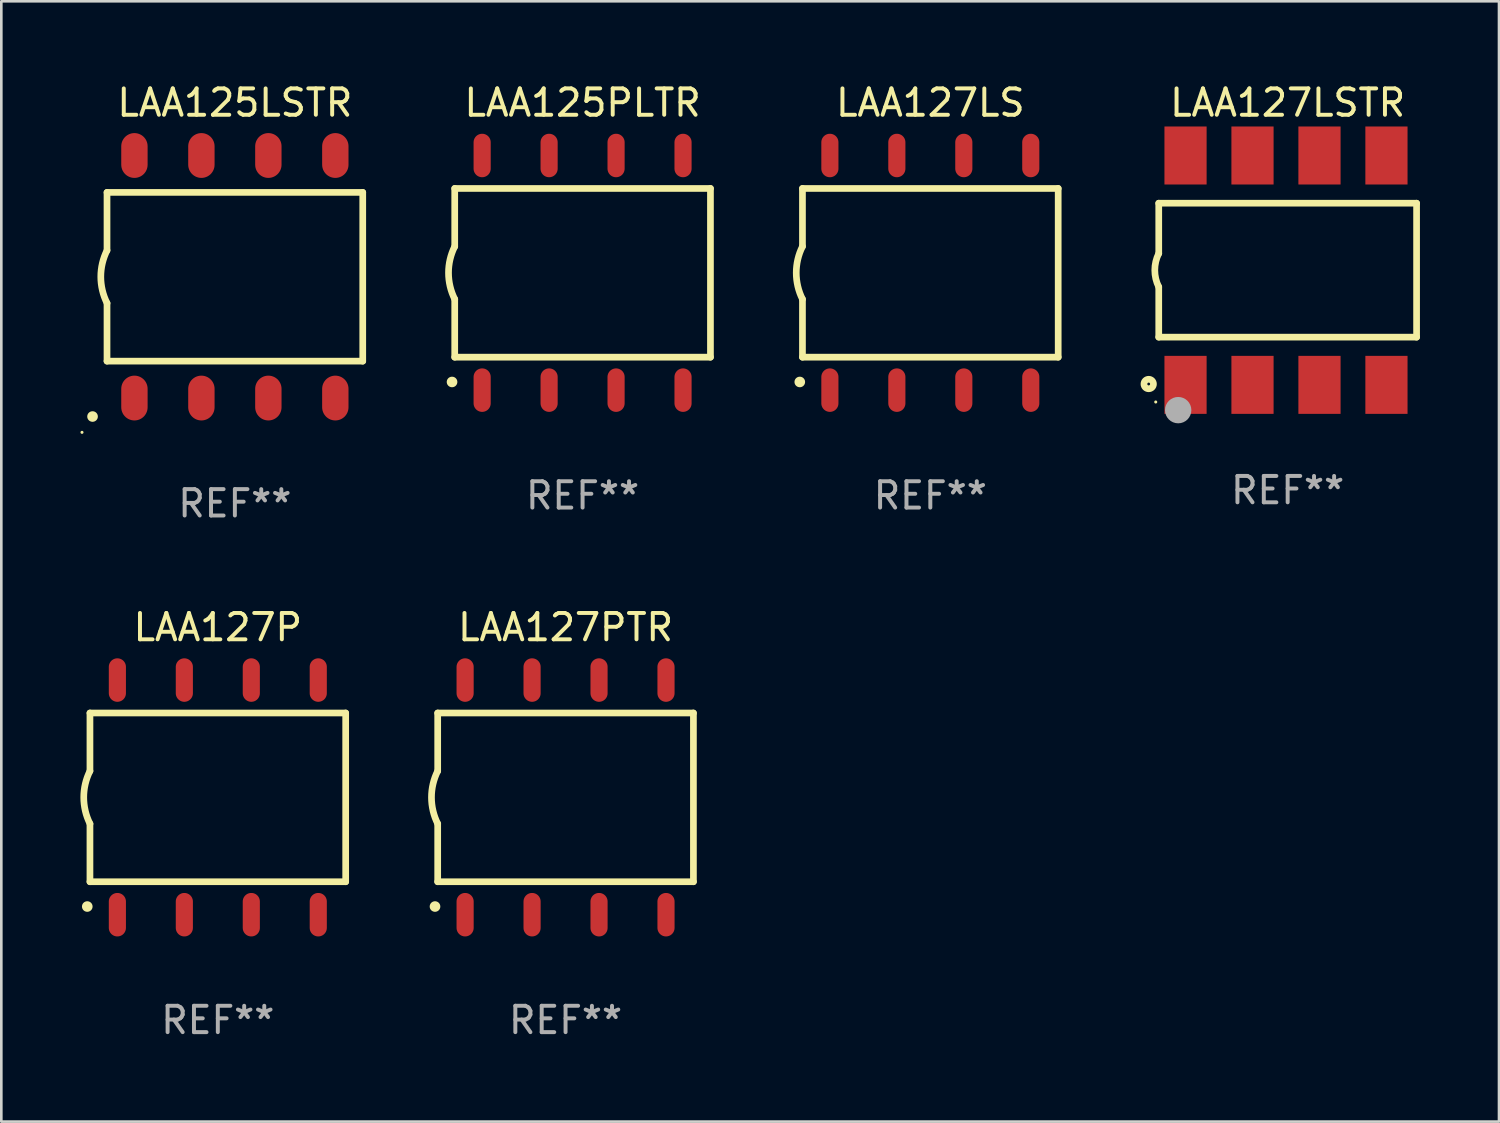
<source format=kicad_pcb>
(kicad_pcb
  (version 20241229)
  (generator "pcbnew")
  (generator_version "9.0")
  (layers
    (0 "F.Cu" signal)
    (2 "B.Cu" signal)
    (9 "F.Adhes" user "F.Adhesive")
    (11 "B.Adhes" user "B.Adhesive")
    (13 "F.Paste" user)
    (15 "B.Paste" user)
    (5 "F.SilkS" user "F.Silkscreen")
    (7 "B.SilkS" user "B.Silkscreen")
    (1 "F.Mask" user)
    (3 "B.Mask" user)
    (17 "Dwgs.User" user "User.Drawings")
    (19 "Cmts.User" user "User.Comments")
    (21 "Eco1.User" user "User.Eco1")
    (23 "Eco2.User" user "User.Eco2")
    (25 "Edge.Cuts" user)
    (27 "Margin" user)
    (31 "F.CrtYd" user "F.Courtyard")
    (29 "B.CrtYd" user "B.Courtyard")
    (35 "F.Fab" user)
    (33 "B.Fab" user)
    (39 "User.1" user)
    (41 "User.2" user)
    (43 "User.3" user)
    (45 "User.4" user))
  (footprint "LAA127LS"
    (layer "F.Cu")
    (at 32.238 7.298)
    (property "Reference" "LAA127LS" (at 0 -6.45 0) (layer "F.SilkS") (effects (font (size 1 1) (thickness 0.15))))
    (attr through_hole)
    (fp_line (start -4.85 -3.2) (end -4.85 -1) (stroke (width 0.254) (type solid)) (layer "F.SilkS"))
    (fp_line (start -4.85 -3.2) (end 4.85 -3.2) (stroke (width 0.254) (type solid)) (layer "F.SilkS"))
    (fp_line (start -4.85 3.2) (end -4.85 1) (stroke (width 0.254) (type solid)) (layer "F.SilkS"))
    (fp_line (start 4.85 -3.2) (end 4.85 3.2) (stroke (width 0.254) (type solid)) (layer "F.SilkS"))
    (fp_line (start 4.85 3.2) (end -4.85 3.2) (stroke (width 0.254) (type solid)) (layer "F.SilkS"))
    (fp_arc (start -4.95301 4.140208) (mid -4.95174 4.140204) (end -4.95047 4.140208) (stroke (width 0.4) (type solid)) (layer "F.SilkS"))
    (fp_arc (start -4.84887 1.000762) (mid -5.085418 0.000516) (end -4.850013 -1) (stroke (width 0.254001) (type solid)) (layer "F.SilkS"))
    (fp_text user "REF**" (at 0 8.45 0) (layer "F.Fab") (effects (font (size 1 1) (thickness 0.15))))
    (pad "1" smd oval (at -3.81 4.45) (size 0.65 1.65) (layers "F.Cu" "F.Mask" "F.Paste"))
    (pad "2" smd oval (at -1.27 4.45) (size 0.65 1.65) (layers "F.Cu" "F.Mask" "F.Paste"))
    (pad "3" smd oval (at 1.27 4.45) (size 0.65 1.65) (layers "F.Cu" "F.Mask" "F.Paste"))
    (pad "4" smd oval (at 3.81 4.45) (size 0.65 1.65) (layers "F.Cu" "F.Mask" "F.Paste"))
    (pad "5" smd oval (at 3.81 -4.45 180) (size 0.65 1.65) (layers "F.Cu" "F.Mask" "F.Paste"))
    (pad "6" smd oval (at 1.27 -4.45 180) (size 0.65 1.65) (layers "F.Cu" "F.Mask" "F.Paste"))
    (pad "7" smd oval (at -1.27 -4.45 180) (size 0.65 1.65) (layers "F.Cu" "F.Mask" "F.Paste"))
    (pad "8" smd oval (at -3.81 -4.45 180) (size 0.65 1.65) (layers "F.Cu" "F.Mask" "F.Paste")))
  (footprint "LAA125PLTR"
    (layer "F.Cu")
    (at 19.048 7.298)
    (property "Reference" "LAA125PLTR" (at 0 -6.45 0) (layer "F.SilkS") (effects (font (size 1 1) (thickness 0.15))))
    (attr through_hole)
    (fp_line (start -4.85 -3.2) (end -4.85 -1) (stroke (width 0.254) (type solid)) (layer "F.SilkS"))
    (fp_line (start -4.85 -3.2) (end 4.85 -3.2) (stroke (width 0.254) (type solid)) (layer "F.SilkS"))
    (fp_line (start -4.85 3.2) (end -4.85 1) (stroke (width 0.254) (type solid)) (layer "F.SilkS"))
    (fp_line (start 4.85 -3.2) (end 4.85 3.2) (stroke (width 0.254) (type solid)) (layer "F.SilkS"))
    (fp_line (start 4.85 3.2) (end -4.85 3.2) (stroke (width 0.254) (type solid)) (layer "F.SilkS"))
    (fp_arc (start -4.95301 4.140208) (mid -4.95174 4.140204) (end -4.95047 4.140208) (stroke (width 0.4) (type solid)) (layer "F.SilkS"))
    (fp_arc (start -4.84887 1.000762) (mid -5.085418 0.000516) (end -4.850013 -1) (stroke (width 0.254001) (type solid)) (layer "F.SilkS"))
    (fp_text user "REF**" (at 0 8.45 0) (layer "F.Fab") (effects (font (size 1 1) (thickness 0.15))))
    (pad "1" smd oval (at -3.81 4.45) (size 0.65 1.65) (layers "F.Cu" "F.Mask" "F.Paste"))
    (pad "2" smd oval (at -1.27 4.45) (size 0.65 1.65) (layers "F.Cu" "F.Mask" "F.Paste"))
    (pad "3" smd oval (at 1.27 4.45) (size 0.65 1.65) (layers "F.Cu" "F.Mask" "F.Paste"))
    (pad "4" smd oval (at 3.81 4.45) (size 0.65 1.65) (layers "F.Cu" "F.Mask" "F.Paste"))
    (pad "5" smd oval (at 3.81 -4.45 180) (size 0.65 1.65) (layers "F.Cu" "F.Mask" "F.Paste"))
    (pad "6" smd oval (at 1.27 -4.45 180) (size 0.65 1.65) (layers "F.Cu" "F.Mask" "F.Paste"))
    (pad "7" smd oval (at -1.27 -4.45 180) (size 0.65 1.65) (layers "F.Cu" "F.Mask" "F.Paste"))
    (pad "8" smd oval (at -3.81 -4.45 180) (size 0.65 1.65) (layers "F.Cu" "F.Mask" "F.Paste")))
  (footprint "LAA127LSTR"
    (layer "F.Cu")
    (at 45.792 7.198)
    (property "Reference" "LAA127LSTR" (at 0 -6.35 0) (layer "F.SilkS") (effects (font (size 1 1) (thickness 0.15))))
    (attr through_hole)
    (fp_line (start -4.89 -2.54) (end 4.89 -2.54) (stroke (width 0.254) (type solid)) (layer "F.SilkS"))
    (fp_line (start -4.89 -0.635) (end -4.89 -2.54) (stroke (width 0.254) (type solid)) (layer "F.SilkS"))
    (fp_line (start -4.89 2.54) (end -4.89 0.635) (stroke (width 0.254) (type solid)) (layer "F.SilkS"))
    (fp_line (start 4.89 -2.54) (end 4.89 2.54) (stroke (width 0.254) (type solid)) (layer "F.SilkS"))
    (fp_line (start 4.89 2.54) (end -4.89 2.54) (stroke (width 0.254) (type solid)) (layer "F.SilkS"))
    (fp_arc (start -4.890119 0.635129) (mid -5.039815 0.000056) (end -4.88951 -0.634874) (stroke (width 0.254001) (type solid)) (layer "F.SilkS"))
    (fp_circle (center -5.271 4.318) (end -5.091 4.318) (stroke (width 0.254) (type solid)) (fill no) (layer "F.SilkS"))
    (fp_circle (center -5.004 5) (end -4.974 5) (stroke (width 0.06) (type solid)) (fill no) (layer "F.SilkS"))
    (fp_circle (center -4.153 5.309) (end -3.903 5.309) (stroke (width 0.5) (type solid)) (fill no) (layer "F.Fab"))
    (fp_text user "REF**" (at 0 8.35 0) (layer "F.Fab") (effects (font (size 1 1) (thickness 0.15))))
    (pad "1" smd rect (at -3.874 4.35) (size 1.6 2.2) (layers "F.Cu" "F.Mask" "F.Paste"))
    (pad "2" smd rect (at -1.334 4.35) (size 1.6 2.2) (layers "F.Cu" "F.Mask" "F.Paste"))
    (pad "3" smd rect (at 1.207 4.35) (size 1.6 2.2) (layers "F.Cu" "F.Mask" "F.Paste"))
    (pad "4" smd rect (at 3.747 4.35) (size 1.6 2.2) (layers "F.Cu" "F.Mask" "F.Paste"))
    (pad "5" smd rect (at 3.747 -4.35) (size 1.6 2.2) (layers "F.Cu" "F.Mask" "F.Paste"))
    (pad "6" smd rect (at 1.207 -4.35) (size 1.6 2.2) (layers "F.Cu" "F.Mask" "F.Paste"))
    (pad "7" smd rect (at -1.334 -4.35) (size 1.6 2.2) (layers "F.Cu" "F.Mask" "F.Paste"))
    (pad "8" smd rect (at -3.874 -4.35) (size 1.6 2.2) (layers "F.Cu" "F.Mask" "F.Paste")))
  (footprint "LAA127P"
    (layer "F.Cu")
    (at 5.212 27.195)
    (property "Reference" "LAA127P" (at 0 -6.45 0) (layer "F.SilkS") (effects (font (size 1 1) (thickness 0.15))))
    (attr through_hole)
    (fp_line (start -4.85 -3.2) (end -4.85 -1) (stroke (width 0.254) (type solid)) (layer "F.SilkS"))
    (fp_line (start -4.85 -3.2) (end 4.85 -3.2) (stroke (width 0.254) (type solid)) (layer "F.SilkS"))
    (fp_line (start -4.85 3.2) (end -4.85 1) (stroke (width 0.254) (type solid)) (layer "F.SilkS"))
    (fp_line (start 4.85 -3.2) (end 4.85 3.2) (stroke (width 0.254) (type solid)) (layer "F.SilkS"))
    (fp_line (start 4.85 3.2) (end -4.85 3.2) (stroke (width 0.254) (type solid)) (layer "F.SilkS"))
    (fp_arc (start -4.95301 4.140208) (mid -4.95174 4.140204) (end -4.95047 4.140208) (stroke (width 0.4) (type solid)) (layer "F.SilkS"))
    (fp_arc (start -4.84887 1.000762) (mid -5.085418 0.000516) (end -4.850013 -1) (stroke (width 0.254001) (type solid)) (layer "F.SilkS"))
    (fp_text user "REF**" (at 0 8.45 0) (layer "F.Fab") (effects (font (size 1 1) (thickness 0.15))))
    (pad "1" smd oval (at -3.81 4.45) (size 0.65 1.65) (layers "F.Cu" "F.Mask" "F.Paste"))
    (pad "2" smd oval (at -1.27 4.45) (size 0.65 1.65) (layers "F.Cu" "F.Mask" "F.Paste"))
    (pad "3" smd oval (at 1.27 4.45) (size 0.65 1.65) (layers "F.Cu" "F.Mask" "F.Paste"))
    (pad "4" smd oval (at 3.81 4.45) (size 0.65 1.65) (layers "F.Cu" "F.Mask" "F.Paste"))
    (pad "5" smd oval (at 3.81 -4.45 180) (size 0.65 1.65) (layers "F.Cu" "F.Mask" "F.Paste"))
    (pad "6" smd oval (at 1.27 -4.45 180) (size 0.65 1.65) (layers "F.Cu" "F.Mask" "F.Paste"))
    (pad "7" smd oval (at -1.27 -4.45 180) (size 0.65 1.65) (layers "F.Cu" "F.Mask" "F.Paste"))
    (pad "8" smd oval (at -3.81 -4.45 180) (size 0.65 1.65) (layers "F.Cu" "F.Mask" "F.Paste")))
  (footprint "LAA125LSTR"
    (layer "F.Cu")
    (at 5.859 7.448)
    (property "Reference" "LAA125LSTR" (at 0 -6.6 0) (layer "F.SilkS") (effects (font (size 1 1) (thickness 0.15))))
    (attr through_hole)
    (fp_line (start -4.85 -3.2) (end -4.85 -1) (stroke (width 0.254) (type solid)) (layer "F.SilkS"))
    (fp_line (start -4.85 -3.2) (end 4.85 -3.2) (stroke (width 0.254) (type solid)) (layer "F.SilkS"))
    (fp_line (start -4.85 3.2) (end -4.85 1) (stroke (width 0.254) (type solid)) (layer "F.SilkS"))
    (fp_line (start 4.85 -3.2) (end 4.85 3.2) (stroke (width 0.254) (type solid)) (layer "F.SilkS"))
    (fp_line (start 4.85 3.2) (end -4.85 3.2) (stroke (width 0.254) (type solid)) (layer "F.SilkS"))
    (fp_arc (start -5.400051 5.300991) (mid -5.398781 5.300987) (end -5.397511 5.300991) (stroke (width 0.4) (type solid)) (layer "F.SilkS"))
    (fp_arc (start -4.84887 1.000762) (mid -5.085418 0.000516) (end -4.850013 -1) (stroke (width 0.254001) (type solid)) (layer "F.SilkS"))
    (fp_circle (center -5.799 5.901) (end -5.769 5.901) (stroke (width 0.06) (type solid)) (fill no) (layer "F.SilkS"))
    (fp_text user "REF**" (at 0 8.6 0) (layer "F.Fab") (effects (font (size 1 1) (thickness 0.15))))
    (pad "1" smd oval (at -3.81 4.6) (size 1 1.7) (layers "F.Cu" "F.Mask" "F.Paste"))
    (pad "2" smd oval (at -1.27 4.6) (size 1 1.7) (layers "F.Cu" "F.Mask" "F.Paste"))
    (pad "3" smd oval (at 1.27 4.6) (size 1 1.7) (layers "F.Cu" "F.Mask" "F.Paste"))
    (pad "4" smd oval (at 3.81 4.6) (size 1 1.7) (layers "F.Cu" "F.Mask" "F.Paste"))
    (pad "5" smd oval (at 3.81 -4.6 180) (size 1 1.7) (layers "F.Cu" "F.Mask" "F.Paste"))
    (pad "6" smd oval (at 1.27 -4.6 180) (size 1 1.7) (layers "F.Cu" "F.Mask" "F.Paste"))
    (pad "7" smd oval (at -1.27 -4.6 180) (size 1 1.7) (layers "F.Cu" "F.Mask" "F.Paste"))
    (pad "8" smd oval (at -3.81 -4.6 180) (size 1 1.7) (layers "F.Cu" "F.Mask" "F.Paste")))
  (footprint "LAA127PTR"
    (layer "F.Cu")
    (at 18.402 27.195)
    (property "Reference" "LAA127PTR" (at 0 -6.45 0) (layer "F.SilkS") (effects (font (size 1 1) (thickness 0.15))))
    (attr through_hole)
    (fp_line (start -4.85 -3.2) (end -4.85 -1) (stroke (width 0.254) (type solid)) (layer "F.SilkS"))
    (fp_line (start -4.85 -3.2) (end 4.85 -3.2) (stroke (width 0.254) (type solid)) (layer "F.SilkS"))
    (fp_line (start -4.85 3.2) (end -4.85 1) (stroke (width 0.254) (type solid)) (layer "F.SilkS"))
    (fp_line (start 4.85 -3.2) (end 4.85 3.2) (stroke (width 0.254) (type solid)) (layer "F.SilkS"))
    (fp_line (start 4.85 3.2) (end -4.85 3.2) (stroke (width 0.254) (type solid)) (layer "F.SilkS"))
    (fp_arc (start -4.95301 4.140208) (mid -4.95174 4.140204) (end -4.95047 4.140208) (stroke (width 0.4) (type solid)) (layer "F.SilkS"))
    (fp_arc (start -4.84887 1.000762) (mid -5.085418 0.000516) (end -4.850013 -1) (stroke (width 0.254001) (type solid)) (layer "F.SilkS"))
    (fp_text user "REF**" (at 0 8.45 0) (layer "F.Fab") (effects (font (size 1 1) (thickness 0.15))))
    (pad "1" smd oval (at -3.81 4.45) (size 0.65 1.65) (layers "F.Cu" "F.Mask" "F.Paste"))
    (pad "2" smd oval (at -1.27 4.45) (size 0.65 1.65) (layers "F.Cu" "F.Mask" "F.Paste"))
    (pad "3" smd oval (at 1.27 4.45) (size 0.65 1.65) (layers "F.Cu" "F.Mask" "F.Paste"))
    (pad "4" smd oval (at 3.81 4.45) (size 0.65 1.65) (layers "F.Cu" "F.Mask" "F.Paste"))
    (pad "5" smd oval (at 3.81 -4.45 180) (size 0.65 1.65) (layers "F.Cu" "F.Mask" "F.Paste"))
    (pad "6" smd oval (at 1.27 -4.45 180) (size 0.65 1.65) (layers "F.Cu" "F.Mask" "F.Paste"))
    (pad "7" smd oval (at -1.27 -4.45 180) (size 0.65 1.65) (layers "F.Cu" "F.Mask" "F.Paste"))
    (pad "8" smd oval (at -3.81 -4.45 180) (size 0.65 1.65) (layers "F.Cu" "F.Mask" "F.Paste")))
  (gr_rect
    (start -3 -3)
    (end 53.808 39.493)
    (stroke (width 0.1) (type default))
    (fill no)
    (layer "Edge.Cuts")))
</source>
